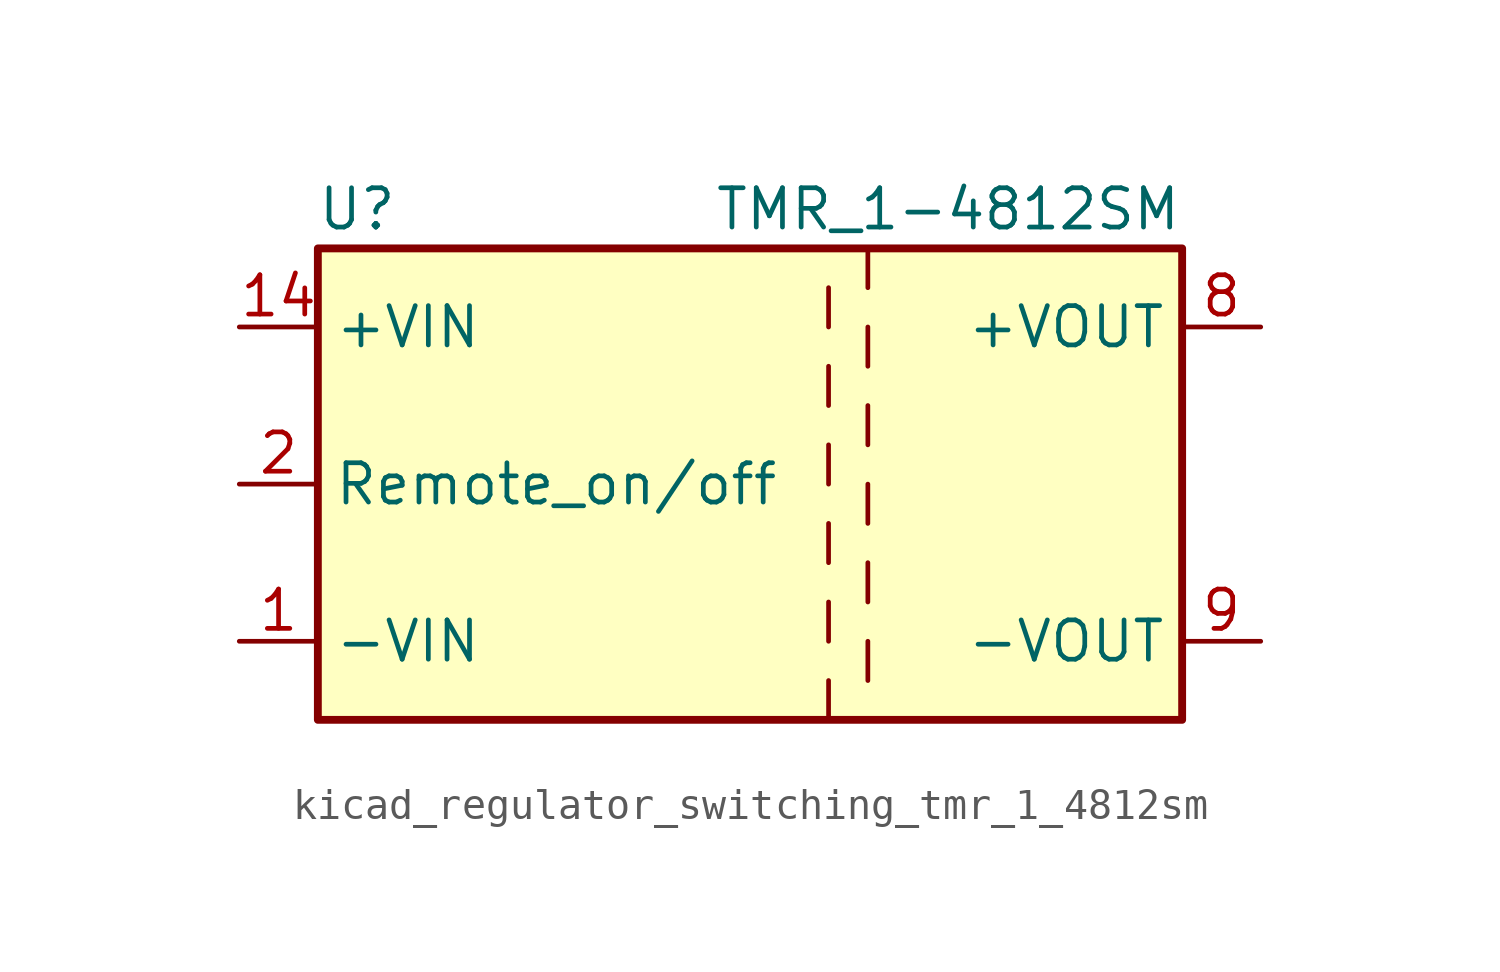
<source format=kicad_sym>
(kicad_symbol_lib
  (version 20220914)
  (generator kicad_symbol_editor)
  (symbol "kicad_regulator_switching_tmr_1_4812sm"
    (property "Reference" "U"
      (at -16.51 8.89 0)
      (effects (font (size 1.27 1.27))))
    (property "Value" "TMR_1-4812SM"
      (at 10.16 8.89 0)
      (effects (font (size 1.27 1.27)) (justify right)))
    (symbol "kicad_regulator_switching_tmr_1_4812sm_0_1"
      (rectangle (start -17.78 7.62) (end 10.16 -7.62) (stroke (width 0.254) (type default)) (fill (type background)))
      (polyline (pts (xy -1.27 -6.35) (xy -1.27 -7.62)) (stroke (width 0) (type default)) (fill (type none)))
      (polyline (pts (xy -1.27 -3.81) (xy -1.27 -5.08)) (stroke (width 0) (type default)) (fill (type none)))
      (polyline (pts (xy -1.27 -1.27) (xy -1.27 -2.54)) (stroke (width 0) (type default)) (fill (type none)))
      (polyline (pts (xy -1.27 1.27) (xy -1.27 0)) (stroke (width 0) (type default)) (fill (type none)))
      (polyline (pts (xy -1.27 3.81) (xy -1.27 2.54)) (stroke (width 0) (type default)) (fill (type none)))
      (polyline (pts (xy -1.27 6.35) (xy -1.27 5.08)) (stroke (width 0) (type default)) (fill (type none)))
      (polyline (pts (xy 0 -5.08) (xy 0 -6.35)) (stroke (width 0) (type default)) (fill (type none)))
      (polyline (pts (xy 0 -2.54) (xy 0 -3.81)) (stroke (width 0) (type default)) (fill (type none)))
      (polyline (pts (xy 0 0) (xy 0 -1.27)) (stroke (width 0) (type default)) (fill (type none)))
      (polyline (pts (xy 0 2.54) (xy 0 1.27)) (stroke (width 0) (type default)) (fill (type none)))
      (polyline (pts (xy 0 5.08) (xy 0 3.81)) (stroke (width 0) (type default)) (fill (type none)))
      (polyline (pts (xy 0 7.62) (xy 0 6.35)) (stroke (width 0) (type default)) (fill (type none))))
    (symbol "kicad_regulator_switching_tmr_1_4812sm_1_1"
      (pin power_in line (at -20.32 -5.08 0) (length 2.54) (name "-VIN" (effects (font (size 1.27 1.27)))) (number "1" (effects (font (size 1.27 1.27)))))
      (pin power_in line (at -20.32 5.08 0) (length 2.54) (name "+VIN" (effects (font (size 1.27 1.27)))) (number "14" (effects (font (size 1.27 1.27)))))
      (pin input line (at -20.32 0 0) (length 2.54) (name "Remote_on/off" (effects (font (size 1.27 1.27)))) (number "2" (effects (font (size 1.27 1.27)))))
      (pin no_connect line (at 10.16 2.54 180) (length 2.54) hide (name "NC" (effects (font (size 1.27 1.27)))) (number "6" (effects (font (size 1.27 1.27)))))
      (pin no_connect line (at 10.16 -2.54 180) (length 2.54) hide (name "NC" (effects (font (size 1.27 1.27)))) (number "7" (effects (font (size 1.27 1.27)))))
      (pin power_out line (at 12.7 5.08 180) (length 2.54) (name "+VOUT" (effects (font (size 1.27 1.27)))) (number "8" (effects (font (size 1.27 1.27)))))
      (pin power_out line (at 12.7 -5.08 180) (length 2.54) (name "-VOUT" (effects (font (size 1.27 1.27)))) (number "9" (effects (font (size 1.27 1.27))))))))
</source>
